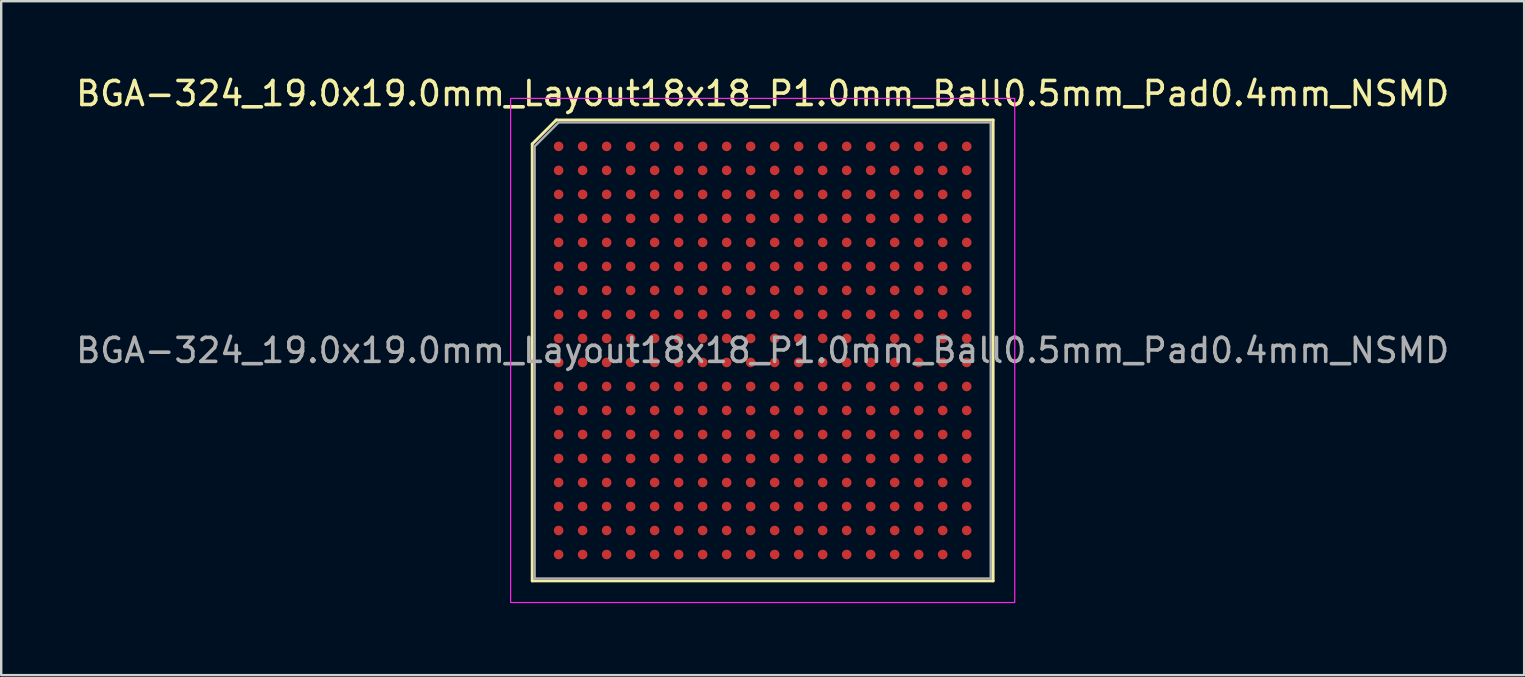
<source format=kicad_pcb>
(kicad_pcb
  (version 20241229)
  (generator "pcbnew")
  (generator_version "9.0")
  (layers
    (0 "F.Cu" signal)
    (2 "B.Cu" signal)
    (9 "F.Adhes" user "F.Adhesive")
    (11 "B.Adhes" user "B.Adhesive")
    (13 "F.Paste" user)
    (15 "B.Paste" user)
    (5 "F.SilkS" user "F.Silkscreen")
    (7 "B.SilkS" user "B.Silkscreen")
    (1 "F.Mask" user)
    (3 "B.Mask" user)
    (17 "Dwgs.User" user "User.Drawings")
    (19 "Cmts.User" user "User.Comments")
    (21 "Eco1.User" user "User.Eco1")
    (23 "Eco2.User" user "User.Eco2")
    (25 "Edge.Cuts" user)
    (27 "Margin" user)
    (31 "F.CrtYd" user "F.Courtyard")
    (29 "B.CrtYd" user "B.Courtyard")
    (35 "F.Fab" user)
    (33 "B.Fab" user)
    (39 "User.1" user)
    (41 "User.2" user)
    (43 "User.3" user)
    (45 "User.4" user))
  (footprint "BGA-324_19.0x19.0mm_Layout18x18_P1.0mm_Ball0.5mm_Pad0.4mm_NSMD"
    (layer "F.Cu")
    (at 28.72 11.548)
    (property "Reference" "BGA-324_19.0x19.0mm_Layout18x18_P1.0mm_Ball0.5mm_Pad0.4mm_NSMD" (at 0 -10.7 0) (layer "F.SilkS") (effects (font (size 1 1) (thickness 0.15))))
    (attr smd)
    (fp_line (start -9.6 -8.6) (end -9.6 9.6) (stroke (width 0.12) (type solid)) (layer "F.SilkS"))
    (fp_line (start -9.6 9.6) (end 9.6 9.6) (stroke (width 0.12) (type solid)) (layer "F.SilkS"))
    (fp_line (start -8.6 -9.6) (end -9.6 -8.6) (stroke (width 0.12) (type solid)) (layer "F.SilkS"))
    (fp_line (start 9.6 -9.6) (end -8.6 -9.6) (stroke (width 0.12) (type solid)) (layer "F.SilkS"))
    (fp_line (start 9.6 9.6) (end 9.6 -9.6) (stroke (width 0.12) (type solid)) (layer "F.SilkS"))
    (fp_rect (start 10.5 10.5) (end -10.5 -10.5) (stroke (width 0.05) (type solid)) (fill no) (layer "F.CrtYd"))
    (fp_line (start -9.5 -8.5) (end -9.5 9.5) (stroke (width 0.1) (type solid)) (layer "F.Fab"))
    (fp_line (start -9.5 9.5) (end 9.5 9.5) (stroke (width 0.1) (type solid)) (layer "F.Fab"))
    (fp_line (start -8.5 -9.5) (end -9.5 -8.5) (stroke (width 0.1) (type solid)) (layer "F.Fab"))
    (fp_line (start 9.5 -9.5) (end -8.5 -9.5) (stroke (width 0.1) (type solid)) (layer "F.Fab"))
    (fp_line (start 9.5 9.5) (end 9.5 -9.5) (stroke (width 0.1) (type solid)) (layer "F.Fab"))
    (fp_text user "${REFERENCE}" (at 0 0 0) (layer "F.Fab") (effects (font (size 1 1) (thickness 0.15))))
    (pad "A1" smd circle (at -8.5 -8.5) (size 0.4 0.4) (layers "F.Cu" "F.Mask" "F.Paste"))
    (pad "A2" smd circle (at -7.5 -8.5) (size 0.4 0.4) (layers "F.Cu" "F.Mask" "F.Paste"))
    (pad "A3" smd circle (at -6.5 -8.5) (size 0.4 0.4) (layers "F.Cu" "F.Mask" "F.Paste"))
    (pad "A4" smd circle (at -5.5 -8.5) (size 0.4 0.4) (layers "F.Cu" "F.Mask" "F.Paste"))
    (pad "A5" smd circle (at -4.5 -8.5) (size 0.4 0.4) (layers "F.Cu" "F.Mask" "F.Paste"))
    (pad "A6" smd circle (at -3.5 -8.5) (size 0.4 0.4) (layers "F.Cu" "F.Mask" "F.Paste"))
    (pad "A7" smd circle (at -2.5 -8.5) (size 0.4 0.4) (layers "F.Cu" "F.Mask" "F.Paste"))
    (pad "A8" smd circle (at -1.5 -8.5) (size 0.4 0.4) (layers "F.Cu" "F.Mask" "F.Paste"))
    (pad "A9" smd circle (at -0.5 -8.5) (size 0.4 0.4) (layers "F.Cu" "F.Mask" "F.Paste"))
    (pad "A10" smd circle (at 0.5 -8.5) (size 0.4 0.4) (layers "F.Cu" "F.Mask" "F.Paste"))
    (pad "A11" smd circle (at 1.5 -8.5) (size 0.4 0.4) (layers "F.Cu" "F.Mask" "F.Paste"))
    (pad "A12" smd circle (at 2.5 -8.5) (size 0.4 0.4) (layers "F.Cu" "F.Mask" "F.Paste"))
    (pad "A13" smd circle (at 3.5 -8.5) (size 0.4 0.4) (layers "F.Cu" "F.Mask" "F.Paste"))
    (pad "A14" smd circle (at 4.5 -8.5) (size 0.4 0.4) (layers "F.Cu" "F.Mask" "F.Paste"))
    (pad "A15" smd circle (at 5.5 -8.5) (size 0.4 0.4) (layers "F.Cu" "F.Mask" "F.Paste"))
    (pad "A16" smd circle (at 6.5 -8.5) (size 0.4 0.4) (layers "F.Cu" "F.Mask" "F.Paste"))
    (pad "A17" smd circle (at 7.5 -8.5) (size 0.4 0.4) (layers "F.Cu" "F.Mask" "F.Paste"))
    (pad "A18" smd circle (at 8.5 -8.5) (size 0.4 0.4) (layers "F.Cu" "F.Mask" "F.Paste"))
    (pad "B1" smd circle (at -8.5 -7.5) (size 0.4 0.4) (layers "F.Cu" "F.Mask" "F.Paste"))
    (pad "B2" smd circle (at -7.5 -7.5) (size 0.4 0.4) (layers "F.Cu" "F.Mask" "F.Paste"))
    (pad "B3" smd circle (at -6.5 -7.5) (size 0.4 0.4) (layers "F.Cu" "F.Mask" "F.Paste"))
    (pad "B4" smd circle (at -5.5 -7.5) (size 0.4 0.4) (layers "F.Cu" "F.Mask" "F.Paste"))
    (pad "B5" smd circle (at -4.5 -7.5) (size 0.4 0.4) (layers "F.Cu" "F.Mask" "F.Paste"))
    (pad "B6" smd circle (at -3.5 -7.5) (size 0.4 0.4) (layers "F.Cu" "F.Mask" "F.Paste"))
    (pad "B7" smd circle (at -2.5 -7.5) (size 0.4 0.4) (layers "F.Cu" "F.Mask" "F.Paste"))
    (pad "B8" smd circle (at -1.5 -7.5) (size 0.4 0.4) (layers "F.Cu" "F.Mask" "F.Paste"))
    (pad "B9" smd circle (at -0.5 -7.5) (size 0.4 0.4) (layers "F.Cu" "F.Mask" "F.Paste"))
    (pad "B10" smd circle (at 0.5 -7.5) (size 0.4 0.4) (layers "F.Cu" "F.Mask" "F.Paste"))
    (pad "B11" smd circle (at 1.5 -7.5) (size 0.4 0.4) (layers "F.Cu" "F.Mask" "F.Paste"))
    (pad "B12" smd circle (at 2.5 -7.5) (size 0.4 0.4) (layers "F.Cu" "F.Mask" "F.Paste"))
    (pad "B13" smd circle (at 3.5 -7.5) (size 0.4 0.4) (layers "F.Cu" "F.Mask" "F.Paste"))
    (pad "B14" smd circle (at 4.5 -7.5) (size 0.4 0.4) (layers "F.Cu" "F.Mask" "F.Paste"))
    (pad "B15" smd circle (at 5.5 -7.5) (size 0.4 0.4) (layers "F.Cu" "F.Mask" "F.Paste"))
    (pad "B16" smd circle (at 6.5 -7.5) (size 0.4 0.4) (layers "F.Cu" "F.Mask" "F.Paste"))
    (pad "B17" smd circle (at 7.5 -7.5) (size 0.4 0.4) (layers "F.Cu" "F.Mask" "F.Paste"))
    (pad "B18" smd circle (at 8.5 -7.5) (size 0.4 0.4) (layers "F.Cu" "F.Mask" "F.Paste"))
    (pad "C1" smd circle (at -8.5 -6.5) (size 0.4 0.4) (layers "F.Cu" "F.Mask" "F.Paste"))
    (pad "C2" smd circle (at -7.5 -6.5) (size 0.4 0.4) (layers "F.Cu" "F.Mask" "F.Paste"))
    (pad "C3" smd circle (at -6.5 -6.5) (size 0.4 0.4) (layers "F.Cu" "F.Mask" "F.Paste"))
    (pad "C4" smd circle (at -5.5 -6.5) (size 0.4 0.4) (layers "F.Cu" "F.Mask" "F.Paste"))
    (pad "C5" smd circle (at -4.5 -6.5) (size 0.4 0.4) (layers "F.Cu" "F.Mask" "F.Paste"))
    (pad "C6" smd circle (at -3.5 -6.5) (size 0.4 0.4) (layers "F.Cu" "F.Mask" "F.Paste"))
    (pad "C7" smd circle (at -2.5 -6.5) (size 0.4 0.4) (layers "F.Cu" "F.Mask" "F.Paste"))
    (pad "C8" smd circle (at -1.5 -6.5) (size 0.4 0.4) (layers "F.Cu" "F.Mask" "F.Paste"))
    (pad "C9" smd circle (at -0.5 -6.5) (size 0.4 0.4) (layers "F.Cu" "F.Mask" "F.Paste"))
    (pad "C10" smd circle (at 0.5 -6.5) (size 0.4 0.4) (layers "F.Cu" "F.Mask" "F.Paste"))
    (pad "C11" smd circle (at 1.5 -6.5) (size 0.4 0.4) (layers "F.Cu" "F.Mask" "F.Paste"))
    (pad "C12" smd circle (at 2.5 -6.5) (size 0.4 0.4) (layers "F.Cu" "F.Mask" "F.Paste"))
    (pad "C13" smd circle (at 3.5 -6.5) (size 0.4 0.4) (layers "F.Cu" "F.Mask" "F.Paste"))
    (pad "C14" smd circle (at 4.5 -6.5) (size 0.4 0.4) (layers "F.Cu" "F.Mask" "F.Paste"))
    (pad "C15" smd circle (at 5.5 -6.5) (size 0.4 0.4) (layers "F.Cu" "F.Mask" "F.Paste"))
    (pad "C16" smd circle (at 6.5 -6.5) (size 0.4 0.4) (layers "F.Cu" "F.Mask" "F.Paste"))
    (pad "C17" smd circle (at 7.5 -6.5) (size 0.4 0.4) (layers "F.Cu" "F.Mask" "F.Paste"))
    (pad "C18" smd circle (at 8.5 -6.5) (size 0.4 0.4) (layers "F.Cu" "F.Mask" "F.Paste"))
    (pad "D1" smd circle (at -8.5 -5.5) (size 0.4 0.4) (layers "F.Cu" "F.Mask" "F.Paste"))
    (pad "D2" smd circle (at -7.5 -5.5) (size 0.4 0.4) (layers "F.Cu" "F.Mask" "F.Paste"))
    (pad "D3" smd circle (at -6.5 -5.5) (size 0.4 0.4) (layers "F.Cu" "F.Mask" "F.Paste"))
    (pad "D4" smd circle (at -5.5 -5.5) (size 0.4 0.4) (layers "F.Cu" "F.Mask" "F.Paste"))
    (pad "D5" smd circle (at -4.5 -5.5) (size 0.4 0.4) (layers "F.Cu" "F.Mask" "F.Paste"))
    (pad "D6" smd circle (at -3.5 -5.5) (size 0.4 0.4) (layers "F.Cu" "F.Mask" "F.Paste"))
    (pad "D7" smd circle (at -2.5 -5.5) (size 0.4 0.4) (layers "F.Cu" "F.Mask" "F.Paste"))
    (pad "D8" smd circle (at -1.5 -5.5) (size 0.4 0.4) (layers "F.Cu" "F.Mask" "F.Paste"))
    (pad "D9" smd circle (at -0.5 -5.5) (size 0.4 0.4) (layers "F.Cu" "F.Mask" "F.Paste"))
    (pad "D10" smd circle (at 0.5 -5.5) (size 0.4 0.4) (layers "F.Cu" "F.Mask" "F.Paste"))
    (pad "D11" smd circle (at 1.5 -5.5) (size 0.4 0.4) (layers "F.Cu" "F.Mask" "F.Paste"))
    (pad "D12" smd circle (at 2.5 -5.5) (size 0.4 0.4) (layers "F.Cu" "F.Mask" "F.Paste"))
    (pad "D13" smd circle (at 3.5 -5.5) (size 0.4 0.4) (layers "F.Cu" "F.Mask" "F.Paste"))
    (pad "D14" smd circle (at 4.5 -5.5) (size 0.4 0.4) (layers "F.Cu" "F.Mask" "F.Paste"))
    (pad "D15" smd circle (at 5.5 -5.5) (size 0.4 0.4) (layers "F.Cu" "F.Mask" "F.Paste"))
    (pad "D16" smd circle (at 6.5 -5.5) (size 0.4 0.4) (layers "F.Cu" "F.Mask" "F.Paste"))
    (pad "D17" smd circle (at 7.5 -5.5) (size 0.4 0.4) (layers "F.Cu" "F.Mask" "F.Paste"))
    (pad "D18" smd circle (at 8.5 -5.5) (size 0.4 0.4) (layers "F.Cu" "F.Mask" "F.Paste"))
    (pad "E1" smd circle (at -8.5 -4.5) (size 0.4 0.4) (layers "F.Cu" "F.Mask" "F.Paste"))
    (pad "E2" smd circle (at -7.5 -4.5) (size 0.4 0.4) (layers "F.Cu" "F.Mask" "F.Paste"))
    (pad "E3" smd circle (at -6.5 -4.5) (size 0.4 0.4) (layers "F.Cu" "F.Mask" "F.Paste"))
    (pad "E4" smd circle (at -5.5 -4.5) (size 0.4 0.4) (layers "F.Cu" "F.Mask" "F.Paste"))
    (pad "E5" smd circle (at -4.5 -4.5) (size 0.4 0.4) (layers "F.Cu" "F.Mask" "F.Paste"))
    (pad "E6" smd circle (at -3.5 -4.5) (size 0.4 0.4) (layers "F.Cu" "F.Mask" "F.Paste"))
    (pad "E7" smd circle (at -2.5 -4.5) (size 0.4 0.4) (layers "F.Cu" "F.Mask" "F.Paste"))
    (pad "E8" smd circle (at -1.5 -4.5) (size 0.4 0.4) (layers "F.Cu" "F.Mask" "F.Paste"))
    (pad "E9" smd circle (at -0.5 -4.5) (size 0.4 0.4) (layers "F.Cu" "F.Mask" "F.Paste"))
    (pad "E10" smd circle (at 0.5 -4.5) (size 0.4 0.4) (layers "F.Cu" "F.Mask" "F.Paste"))
    (pad "E11" smd circle (at 1.5 -4.5) (size 0.4 0.4) (layers "F.Cu" "F.Mask" "F.Paste"))
    (pad "E12" smd circle (at 2.5 -4.5) (size 0.4 0.4) (layers "F.Cu" "F.Mask" "F.Paste"))
    (pad "E13" smd circle (at 3.5 -4.5) (size 0.4 0.4) (layers "F.Cu" "F.Mask" "F.Paste"))
    (pad "E14" smd circle (at 4.5 -4.5) (size 0.4 0.4) (layers "F.Cu" "F.Mask" "F.Paste"))
    (pad "E15" smd circle (at 5.5 -4.5) (size 0.4 0.4) (layers "F.Cu" "F.Mask" "F.Paste"))
    (pad "E16" smd circle (at 6.5 -4.5) (size 0.4 0.4) (layers "F.Cu" "F.Mask" "F.Paste"))
    (pad "E17" smd circle (at 7.5 -4.5) (size 0.4 0.4) (layers "F.Cu" "F.Mask" "F.Paste"))
    (pad "E18" smd circle (at 8.5 -4.5) (size 0.4 0.4) (layers "F.Cu" "F.Mask" "F.Paste"))
    (pad "F1" smd circle (at -8.5 -3.5) (size 0.4 0.4) (layers "F.Cu" "F.Mask" "F.Paste"))
    (pad "F2" smd circle (at -7.5 -3.5) (size 0.4 0.4) (layers "F.Cu" "F.Mask" "F.Paste"))
    (pad "F3" smd circle (at -6.5 -3.5) (size 0.4 0.4) (layers "F.Cu" "F.Mask" "F.Paste"))
    (pad "F4" smd circle (at -5.5 -3.5) (size 0.4 0.4) (layers "F.Cu" "F.Mask" "F.Paste"))
    (pad "F5" smd circle (at -4.5 -3.5) (size 0.4 0.4) (layers "F.Cu" "F.Mask" "F.Paste"))
    (pad "F6" smd circle (at -3.5 -3.5) (size 0.4 0.4) (layers "F.Cu" "F.Mask" "F.Paste"))
    (pad "F7" smd circle (at -2.5 -3.5) (size 0.4 0.4) (layers "F.Cu" "F.Mask" "F.Paste"))
    (pad "F8" smd circle (at -1.5 -3.5) (size 0.4 0.4) (layers "F.Cu" "F.Mask" "F.Paste"))
    (pad "F9" smd circle (at -0.5 -3.5) (size 0.4 0.4) (layers "F.Cu" "F.Mask" "F.Paste"))
    (pad "F10" smd circle (at 0.5 -3.5) (size 0.4 0.4) (layers "F.Cu" "F.Mask" "F.Paste"))
    (pad "F11" smd circle (at 1.5 -3.5) (size 0.4 0.4) (layers "F.Cu" "F.Mask" "F.Paste"))
    (pad "F12" smd circle (at 2.5 -3.5) (size 0.4 0.4) (layers "F.Cu" "F.Mask" "F.Paste"))
    (pad "F13" smd circle (at 3.5 -3.5) (size 0.4 0.4) (layers "F.Cu" "F.Mask" "F.Paste"))
    (pad "F14" smd circle (at 4.5 -3.5) (size 0.4 0.4) (layers "F.Cu" "F.Mask" "F.Paste"))
    (pad "F15" smd circle (at 5.5 -3.5) (size 0.4 0.4) (layers "F.Cu" "F.Mask" "F.Paste"))
    (pad "F16" smd circle (at 6.5 -3.5) (size 0.4 0.4) (layers "F.Cu" "F.Mask" "F.Paste"))
    (pad "F17" smd circle (at 7.5 -3.5) (size 0.4 0.4) (layers "F.Cu" "F.Mask" "F.Paste"))
    (pad "F18" smd circle (at 8.5 -3.5) (size 0.4 0.4) (layers "F.Cu" "F.Mask" "F.Paste"))
    (pad "G1" smd circle (at -8.5 -2.5) (size 0.4 0.4) (layers "F.Cu" "F.Mask" "F.Paste"))
    (pad "G2" smd circle (at -7.5 -2.5) (size 0.4 0.4) (layers "F.Cu" "F.Mask" "F.Paste"))
    (pad "G3" smd circle (at -6.5 -2.5) (size 0.4 0.4) (layers "F.Cu" "F.Mask" "F.Paste"))
    (pad "G4" smd circle (at -5.5 -2.5) (size 0.4 0.4) (layers "F.Cu" "F.Mask" "F.Paste"))
    (pad "G5" smd circle (at -4.5 -2.5) (size 0.4 0.4) (layers "F.Cu" "F.Mask" "F.Paste"))
    (pad "G6" smd circle (at -3.5 -2.5) (size 0.4 0.4) (layers "F.Cu" "F.Mask" "F.Paste"))
    (pad "G7" smd circle (at -2.5 -2.5) (size 0.4 0.4) (layers "F.Cu" "F.Mask" "F.Paste"))
    (pad "G8" smd circle (at -1.5 -2.5) (size 0.4 0.4) (layers "F.Cu" "F.Mask" "F.Paste"))
    (pad "G9" smd circle (at -0.5 -2.5) (size 0.4 0.4) (layers "F.Cu" "F.Mask" "F.Paste"))
    (pad "G10" smd circle (at 0.5 -2.5) (size 0.4 0.4) (layers "F.Cu" "F.Mask" "F.Paste"))
    (pad "G11" smd circle (at 1.5 -2.5) (size 0.4 0.4) (layers "F.Cu" "F.Mask" "F.Paste"))
    (pad "G12" smd circle (at 2.5 -2.5) (size 0.4 0.4) (layers "F.Cu" "F.Mask" "F.Paste"))
    (pad "G13" smd circle (at 3.5 -2.5) (size 0.4 0.4) (layers "F.Cu" "F.Mask" "F.Paste"))
    (pad "G14" smd circle (at 4.5 -2.5) (size 0.4 0.4) (layers "F.Cu" "F.Mask" "F.Paste"))
    (pad "G15" smd circle (at 5.5 -2.5) (size 0.4 0.4) (layers "F.Cu" "F.Mask" "F.Paste"))
    (pad "G16" smd circle (at 6.5 -2.5) (size 0.4 0.4) (layers "F.Cu" "F.Mask" "F.Paste"))
    (pad "G17" smd circle (at 7.5 -2.5) (size 0.4 0.4) (layers "F.Cu" "F.Mask" "F.Paste"))
    (pad "G18" smd circle (at 8.5 -2.5) (size 0.4 0.4) (layers "F.Cu" "F.Mask" "F.Paste"))
    (pad "H1" smd circle (at -8.5 -1.5) (size 0.4 0.4) (layers "F.Cu" "F.Mask" "F.Paste"))
    (pad "H2" smd circle (at -7.5 -1.5) (size 0.4 0.4) (layers "F.Cu" "F.Mask" "F.Paste"))
    (pad "H3" smd circle (at -6.5 -1.5) (size 0.4 0.4) (layers "F.Cu" "F.Mask" "F.Paste"))
    (pad "H4" smd circle (at -5.5 -1.5) (size 0.4 0.4) (layers "F.Cu" "F.Mask" "F.Paste"))
    (pad "H5" smd circle (at -4.5 -1.5) (size 0.4 0.4) (layers "F.Cu" "F.Mask" "F.Paste"))
    (pad "H6" smd circle (at -3.5 -1.5) (size 0.4 0.4) (layers "F.Cu" "F.Mask" "F.Paste"))
    (pad "H7" smd circle (at -2.5 -1.5) (size 0.4 0.4) (layers "F.Cu" "F.Mask" "F.Paste"))
    (pad "H8" smd circle (at -1.5 -1.5) (size 0.4 0.4) (layers "F.Cu" "F.Mask" "F.Paste"))
    (pad "H9" smd circle (at -0.5 -1.5) (size 0.4 0.4) (layers "F.Cu" "F.Mask" "F.Paste"))
    (pad "H10" smd circle (at 0.5 -1.5) (size 0.4 0.4) (layers "F.Cu" "F.Mask" "F.Paste"))
    (pad "H11" smd circle (at 1.5 -1.5) (size 0.4 0.4) (layers "F.Cu" "F.Mask" "F.Paste"))
    (pad "H12" smd circle (at 2.5 -1.5) (size 0.4 0.4) (layers "F.Cu" "F.Mask" "F.Paste"))
    (pad "H13" smd circle (at 3.5 -1.5) (size 0.4 0.4) (layers "F.Cu" "F.Mask" "F.Paste"))
    (pad "H14" smd circle (at 4.5 -1.5) (size 0.4 0.4) (layers "F.Cu" "F.Mask" "F.Paste"))
    (pad "H15" smd circle (at 5.5 -1.5) (size 0.4 0.4) (layers "F.Cu" "F.Mask" "F.Paste"))
    (pad "H16" smd circle (at 6.5 -1.5) (size 0.4 0.4) (layers "F.Cu" "F.Mask" "F.Paste"))
    (pad "H17" smd circle (at 7.5 -1.5) (size 0.4 0.4) (layers "F.Cu" "F.Mask" "F.Paste"))
    (pad "H18" smd circle (at 8.5 -1.5) (size 0.4 0.4) (layers "F.Cu" "F.Mask" "F.Paste"))
    (pad "J1" smd circle (at -8.5 -0.5) (size 0.4 0.4) (layers "F.Cu" "F.Mask" "F.Paste"))
    (pad "J2" smd circle (at -7.5 -0.5) (size 0.4 0.4) (layers "F.Cu" "F.Mask" "F.Paste"))
    (pad "J3" smd circle (at -6.5 -0.5) (size 0.4 0.4) (layers "F.Cu" "F.Mask" "F.Paste"))
    (pad "J4" smd circle (at -5.5 -0.5) (size 0.4 0.4) (layers "F.Cu" "F.Mask" "F.Paste"))
    (pad "J5" smd circle (at -4.5 -0.5) (size 0.4 0.4) (layers "F.Cu" "F.Mask" "F.Paste"))
    (pad "J6" smd circle (at -3.5 -0.5) (size 0.4 0.4) (layers "F.Cu" "F.Mask" "F.Paste"))
    (pad "J7" smd circle (at -2.5 -0.5) (size 0.4 0.4) (layers "F.Cu" "F.Mask" "F.Paste"))
    (pad "J8" smd circle (at -1.5 -0.5) (size 0.4 0.4) (layers "F.Cu" "F.Mask" "F.Paste"))
    (pad "J9" smd circle (at -0.5 -0.5) (size 0.4 0.4) (layers "F.Cu" "F.Mask" "F.Paste"))
    (pad "J10" smd circle (at 0.5 -0.5) (size 0.4 0.4) (layers "F.Cu" "F.Mask" "F.Paste"))
    (pad "J11" smd circle (at 1.5 -0.5) (size 0.4 0.4) (layers "F.Cu" "F.Mask" "F.Paste"))
    (pad "J12" smd circle (at 2.5 -0.5) (size 0.4 0.4) (layers "F.Cu" "F.Mask" "F.Paste"))
    (pad "J13" smd circle (at 3.5 -0.5) (size 0.4 0.4) (layers "F.Cu" "F.Mask" "F.Paste"))
    (pad "J14" smd circle (at 4.5 -0.5) (size 0.4 0.4) (layers "F.Cu" "F.Mask" "F.Paste"))
    (pad "J15" smd circle (at 5.5 -0.5) (size 0.4 0.4) (layers "F.Cu" "F.Mask" "F.Paste"))
    (pad "J16" smd circle (at 6.5 -0.5) (size 0.4 0.4) (layers "F.Cu" "F.Mask" "F.Paste"))
    (pad "J17" smd circle (at 7.5 -0.5) (size 0.4 0.4) (layers "F.Cu" "F.Mask" "F.Paste"))
    (pad "J18" smd circle (at 8.5 -0.5) (size 0.4 0.4) (layers "F.Cu" "F.Mask" "F.Paste"))
    (pad "K1" smd circle (at -8.5 0.5) (size 0.4 0.4) (layers "F.Cu" "F.Mask" "F.Paste"))
    (pad "K2" smd circle (at -7.5 0.5) (size 0.4 0.4) (layers "F.Cu" "F.Mask" "F.Paste"))
    (pad "K3" smd circle (at -6.5 0.5) (size 0.4 0.4) (layers "F.Cu" "F.Mask" "F.Paste"))
    (pad "K4" smd circle (at -5.5 0.5) (size 0.4 0.4) (layers "F.Cu" "F.Mask" "F.Paste"))
    (pad "K5" smd circle (at -4.5 0.5) (size 0.4 0.4) (layers "F.Cu" "F.Mask" "F.Paste"))
    (pad "K6" smd circle (at -3.5 0.5) (size 0.4 0.4) (layers "F.Cu" "F.Mask" "F.Paste"))
    (pad "K7" smd circle (at -2.5 0.5) (size 0.4 0.4) (layers "F.Cu" "F.Mask" "F.Paste"))
    (pad "K8" smd circle (at -1.5 0.5) (size 0.4 0.4) (layers "F.Cu" "F.Mask" "F.Paste"))
    (pad "K9" smd circle (at -0.5 0.5) (size 0.4 0.4) (layers "F.Cu" "F.Mask" "F.Paste"))
    (pad "K10" smd circle (at 0.5 0.5) (size 0.4 0.4) (layers "F.Cu" "F.Mask" "F.Paste"))
    (pad "K11" smd circle (at 1.5 0.5) (size 0.4 0.4) (layers "F.Cu" "F.Mask" "F.Paste"))
    (pad "K12" smd circle (at 2.5 0.5) (size 0.4 0.4) (layers "F.Cu" "F.Mask" "F.Paste"))
    (pad "K13" smd circle (at 3.5 0.5) (size 0.4 0.4) (layers "F.Cu" "F.Mask" "F.Paste"))
    (pad "K14" smd circle (at 4.5 0.5) (size 0.4 0.4) (layers "F.Cu" "F.Mask" "F.Paste"))
    (pad "K15" smd circle (at 5.5 0.5) (size 0.4 0.4) (layers "F.Cu" "F.Mask" "F.Paste"))
    (pad "K16" smd circle (at 6.5 0.5) (size 0.4 0.4) (layers "F.Cu" "F.Mask" "F.Paste"))
    (pad "K17" smd circle (at 7.5 0.5) (size 0.4 0.4) (layers "F.Cu" "F.Mask" "F.Paste"))
    (pad "K18" smd circle (at 8.5 0.5) (size 0.4 0.4) (layers "F.Cu" "F.Mask" "F.Paste"))
    (pad "L1" smd circle (at -8.5 1.5) (size 0.4 0.4) (layers "F.Cu" "F.Mask" "F.Paste"))
    (pad "L2" smd circle (at -7.5 1.5) (size 0.4 0.4) (layers "F.Cu" "F.Mask" "F.Paste"))
    (pad "L3" smd circle (at -6.5 1.5) (size 0.4 0.4) (layers "F.Cu" "F.Mask" "F.Paste"))
    (pad "L4" smd circle (at -5.5 1.5) (size 0.4 0.4) (layers "F.Cu" "F.Mask" "F.Paste"))
    (pad "L5" smd circle (at -4.5 1.5) (size 0.4 0.4) (layers "F.Cu" "F.Mask" "F.Paste"))
    (pad "L6" smd circle (at -3.5 1.5) (size 0.4 0.4) (layers "F.Cu" "F.Mask" "F.Paste"))
    (pad "L7" smd circle (at -2.5 1.5) (size 0.4 0.4) (layers "F.Cu" "F.Mask" "F.Paste"))
    (pad "L8" smd circle (at -1.5 1.5) (size 0.4 0.4) (layers "F.Cu" "F.Mask" "F.Paste"))
    (pad "L9" smd circle (at -0.5 1.5) (size 0.4 0.4) (layers "F.Cu" "F.Mask" "F.Paste"))
    (pad "L10" smd circle (at 0.5 1.5) (size 0.4 0.4) (layers "F.Cu" "F.Mask" "F.Paste"))
    (pad "L11" smd circle (at 1.5 1.5) (size 0.4 0.4) (layers "F.Cu" "F.Mask" "F.Paste"))
    (pad "L12" smd circle (at 2.5 1.5) (size 0.4 0.4) (layers "F.Cu" "F.Mask" "F.Paste"))
    (pad "L13" smd circle (at 3.5 1.5) (size 0.4 0.4) (layers "F.Cu" "F.Mask" "F.Paste"))
    (pad "L14" smd circle (at 4.5 1.5) (size 0.4 0.4) (layers "F.Cu" "F.Mask" "F.Paste"))
    (pad "L15" smd circle (at 5.5 1.5) (size 0.4 0.4) (layers "F.Cu" "F.Mask" "F.Paste"))
    (pad "L16" smd circle (at 6.5 1.5) (size 0.4 0.4) (layers "F.Cu" "F.Mask" "F.Paste"))
    (pad "L17" smd circle (at 7.5 1.5) (size 0.4 0.4) (layers "F.Cu" "F.Mask" "F.Paste"))
    (pad "L18" smd circle (at 8.5 1.5) (size 0.4 0.4) (layers "F.Cu" "F.Mask" "F.Paste"))
    (pad "M1" smd circle (at -8.5 2.5) (size 0.4 0.4) (layers "F.Cu" "F.Mask" "F.Paste"))
    (pad "M2" smd circle (at -7.5 2.5) (size 0.4 0.4) (layers "F.Cu" "F.Mask" "F.Paste"))
    (pad "M3" smd circle (at -6.5 2.5) (size 0.4 0.4) (layers "F.Cu" "F.Mask" "F.Paste"))
    (pad "M4" smd circle (at -5.5 2.5) (size 0.4 0.4) (layers "F.Cu" "F.Mask" "F.Paste"))
    (pad "M5" smd circle (at -4.5 2.5) (size 0.4 0.4) (layers "F.Cu" "F.Mask" "F.Paste"))
    (pad "M6" smd circle (at -3.5 2.5) (size 0.4 0.4) (layers "F.Cu" "F.Mask" "F.Paste"))
    (pad "M7" smd circle (at -2.5 2.5) (size 0.4 0.4) (layers "F.Cu" "F.Mask" "F.Paste"))
    (pad "M8" smd circle (at -1.5 2.5) (size 0.4 0.4) (layers "F.Cu" "F.Mask" "F.Paste"))
    (pad "M9" smd circle (at -0.5 2.5) (size 0.4 0.4) (layers "F.Cu" "F.Mask" "F.Paste"))
    (pad "M10" smd circle (at 0.5 2.5) (size 0.4 0.4) (layers "F.Cu" "F.Mask" "F.Paste"))
    (pad "M11" smd circle (at 1.5 2.5) (size 0.4 0.4) (layers "F.Cu" "F.Mask" "F.Paste"))
    (pad "M12" smd circle (at 2.5 2.5) (size 0.4 0.4) (layers "F.Cu" "F.Mask" "F.Paste"))
    (pad "M13" smd circle (at 3.5 2.5) (size 0.4 0.4) (layers "F.Cu" "F.Mask" "F.Paste"))
    (pad "M14" smd circle (at 4.5 2.5) (size 0.4 0.4) (layers "F.Cu" "F.Mask" "F.Paste"))
    (pad "M15" smd circle (at 5.5 2.5) (size 0.4 0.4) (layers "F.Cu" "F.Mask" "F.Paste"))
    (pad "M16" smd circle (at 6.5 2.5) (size 0.4 0.4) (layers "F.Cu" "F.Mask" "F.Paste"))
    (pad "M17" smd circle (at 7.5 2.5) (size 0.4 0.4) (layers "F.Cu" "F.Mask" "F.Paste"))
    (pad "M18" smd circle (at 8.5 2.5) (size 0.4 0.4) (layers "F.Cu" "F.Mask" "F.Paste"))
    (pad "N1" smd circle (at -8.5 3.5) (size 0.4 0.4) (layers "F.Cu" "F.Mask" "F.Paste"))
    (pad "N2" smd circle (at -7.5 3.5) (size 0.4 0.4) (layers "F.Cu" "F.Mask" "F.Paste"))
    (pad "N3" smd circle (at -6.5 3.5) (size 0.4 0.4) (layers "F.Cu" "F.Mask" "F.Paste"))
    (pad "N4" smd circle (at -5.5 3.5) (size 0.4 0.4) (layers "F.Cu" "F.Mask" "F.Paste"))
    (pad "N5" smd circle (at -4.5 3.5) (size 0.4 0.4) (layers "F.Cu" "F.Mask" "F.Paste"))
    (pad "N6" smd circle (at -3.5 3.5) (size 0.4 0.4) (layers "F.Cu" "F.Mask" "F.Paste"))
    (pad "N7" smd circle (at -2.5 3.5) (size 0.4 0.4) (layers "F.Cu" "F.Mask" "F.Paste"))
    (pad "N8" smd circle (at -1.5 3.5) (size 0.4 0.4) (layers "F.Cu" "F.Mask" "F.Paste"))
    (pad "N9" smd circle (at -0.5 3.5) (size 0.4 0.4) (layers "F.Cu" "F.Mask" "F.Paste"))
    (pad "N10" smd circle (at 0.5 3.5) (size 0.4 0.4) (layers "F.Cu" "F.Mask" "F.Paste"))
    (pad "N11" smd circle (at 1.5 3.5) (size 0.4 0.4) (layers "F.Cu" "F.Mask" "F.Paste"))
    (pad "N12" smd circle (at 2.5 3.5) (size 0.4 0.4) (layers "F.Cu" "F.Mask" "F.Paste"))
    (pad "N13" smd circle (at 3.5 3.5) (size 0.4 0.4) (layers "F.Cu" "F.Mask" "F.Paste"))
    (pad "N14" smd circle (at 4.5 3.5) (size 0.4 0.4) (layers "F.Cu" "F.Mask" "F.Paste"))
    (pad "N15" smd circle (at 5.5 3.5) (size 0.4 0.4) (layers "F.Cu" "F.Mask" "F.Paste"))
    (pad "N16" smd circle (at 6.5 3.5) (size 0.4 0.4) (layers "F.Cu" "F.Mask" "F.Paste"))
    (pad "N17" smd circle (at 7.5 3.5) (size 0.4 0.4) (layers "F.Cu" "F.Mask" "F.Paste"))
    (pad "N18" smd circle (at 8.5 3.5) (size 0.4 0.4) (layers "F.Cu" "F.Mask" "F.Paste"))
    (pad "P1" smd circle (at -8.5 4.5) (size 0.4 0.4) (layers "F.Cu" "F.Mask" "F.Paste"))
    (pad "P2" smd circle (at -7.5 4.5) (size 0.4 0.4) (layers "F.Cu" "F.Mask" "F.Paste"))
    (pad "P3" smd circle (at -6.5 4.5) (size 0.4 0.4) (layers "F.Cu" "F.Mask" "F.Paste"))
    (pad "P4" smd circle (at -5.5 4.5) (size 0.4 0.4) (layers "F.Cu" "F.Mask" "F.Paste"))
    (pad "P5" smd circle (at -4.5 4.5) (size 0.4 0.4) (layers "F.Cu" "F.Mask" "F.Paste"))
    (pad "P6" smd circle (at -3.5 4.5) (size 0.4 0.4) (layers "F.Cu" "F.Mask" "F.Paste"))
    (pad "P7" smd circle (at -2.5 4.5) (size 0.4 0.4) (layers "F.Cu" "F.Mask" "F.Paste"))
    (pad "P8" smd circle (at -1.5 4.5) (size 0.4 0.4) (layers "F.Cu" "F.Mask" "F.Paste"))
    (pad "P9" smd circle (at -0.5 4.5) (size 0.4 0.4) (layers "F.Cu" "F.Mask" "F.Paste"))
    (pad "P10" smd circle (at 0.5 4.5) (size 0.4 0.4) (layers "F.Cu" "F.Mask" "F.Paste"))
    (pad "P11" smd circle (at 1.5 4.5) (size 0.4 0.4) (layers "F.Cu" "F.Mask" "F.Paste"))
    (pad "P12" smd circle (at 2.5 4.5) (size 0.4 0.4) (layers "F.Cu" "F.Mask" "F.Paste"))
    (pad "P13" smd circle (at 3.5 4.5) (size 0.4 0.4) (layers "F.Cu" "F.Mask" "F.Paste"))
    (pad "P14" smd circle (at 4.5 4.5) (size 0.4 0.4) (layers "F.Cu" "F.Mask" "F.Paste"))
    (pad "P15" smd circle (at 5.5 4.5) (size 0.4 0.4) (layers "F.Cu" "F.Mask" "F.Paste"))
    (pad "P16" smd circle (at 6.5 4.5) (size 0.4 0.4) (layers "F.Cu" "F.Mask" "F.Paste"))
    (pad "P17" smd circle (at 7.5 4.5) (size 0.4 0.4) (layers "F.Cu" "F.Mask" "F.Paste"))
    (pad "P18" smd circle (at 8.5 4.5) (size 0.4 0.4) (layers "F.Cu" "F.Mask" "F.Paste"))
    (pad "R1" smd circle (at -8.5 5.5) (size 0.4 0.4) (layers "F.Cu" "F.Mask" "F.Paste"))
    (pad "R2" smd circle (at -7.5 5.5) (size 0.4 0.4) (layers "F.Cu" "F.Mask" "F.Paste"))
    (pad "R3" smd circle (at -6.5 5.5) (size 0.4 0.4) (layers "F.Cu" "F.Mask" "F.Paste"))
    (pad "R4" smd circle (at -5.5 5.5) (size 0.4 0.4) (layers "F.Cu" "F.Mask" "F.Paste"))
    (pad "R5" smd circle (at -4.5 5.5) (size 0.4 0.4) (layers "F.Cu" "F.Mask" "F.Paste"))
    (pad "R6" smd circle (at -3.5 5.5) (size 0.4 0.4) (layers "F.Cu" "F.Mask" "F.Paste"))
    (pad "R7" smd circle (at -2.5 5.5) (size 0.4 0.4) (layers "F.Cu" "F.Mask" "F.Paste"))
    (pad "R8" smd circle (at -1.5 5.5) (size 0.4 0.4) (layers "F.Cu" "F.Mask" "F.Paste"))
    (pad "R9" smd circle (at -0.5 5.5) (size 0.4 0.4) (layers "F.Cu" "F.Mask" "F.Paste"))
    (pad "R10" smd circle (at 0.5 5.5) (size 0.4 0.4) (layers "F.Cu" "F.Mask" "F.Paste"))
    (pad "R11" smd circle (at 1.5 5.5) (size 0.4 0.4) (layers "F.Cu" "F.Mask" "F.Paste"))
    (pad "R12" smd circle (at 2.5 5.5) (size 0.4 0.4) (layers "F.Cu" "F.Mask" "F.Paste"))
    (pad "R13" smd circle (at 3.5 5.5) (size 0.4 0.4) (layers "F.Cu" "F.Mask" "F.Paste"))
    (pad "R14" smd circle (at 4.5 5.5) (size 0.4 0.4) (layers "F.Cu" "F.Mask" "F.Paste"))
    (pad "R15" smd circle (at 5.5 5.5) (size 0.4 0.4) (layers "F.Cu" "F.Mask" "F.Paste"))
    (pad "R16" smd circle (at 6.5 5.5) (size 0.4 0.4) (layers "F.Cu" "F.Mask" "F.Paste"))
    (pad "R17" smd circle (at 7.5 5.5) (size 0.4 0.4) (layers "F.Cu" "F.Mask" "F.Paste"))
    (pad "R18" smd circle (at 8.5 5.5) (size 0.4 0.4) (layers "F.Cu" "F.Mask" "F.Paste"))
    (pad "T1" smd circle (at -8.5 6.5) (size 0.4 0.4) (layers "F.Cu" "F.Mask" "F.Paste"))
    (pad "T2" smd circle (at -7.5 6.5) (size 0.4 0.4) (layers "F.Cu" "F.Mask" "F.Paste"))
    (pad "T3" smd circle (at -6.5 6.5) (size 0.4 0.4) (layers "F.Cu" "F.Mask" "F.Paste"))
    (pad "T4" smd circle (at -5.5 6.5) (size 0.4 0.4) (layers "F.Cu" "F.Mask" "F.Paste"))
    (pad "T5" smd circle (at -4.5 6.5) (size 0.4 0.4) (layers "F.Cu" "F.Mask" "F.Paste"))
    (pad "T6" smd circle (at -3.5 6.5) (size 0.4 0.4) (layers "F.Cu" "F.Mask" "F.Paste"))
    (pad "T7" smd circle (at -2.5 6.5) (size 0.4 0.4) (layers "F.Cu" "F.Mask" "F.Paste"))
    (pad "T8" smd circle (at -1.5 6.5) (size 0.4 0.4) (layers "F.Cu" "F.Mask" "F.Paste"))
    (pad "T9" smd circle (at -0.5 6.5) (size 0.4 0.4) (layers "F.Cu" "F.Mask" "F.Paste"))
    (pad "T10" smd circle (at 0.5 6.5) (size 0.4 0.4) (layers "F.Cu" "F.Mask" "F.Paste"))
    (pad "T11" smd circle (at 1.5 6.5) (size 0.4 0.4) (layers "F.Cu" "F.Mask" "F.Paste"))
    (pad "T12" smd circle (at 2.5 6.5) (size 0.4 0.4) (layers "F.Cu" "F.Mask" "F.Paste"))
    (pad "T13" smd circle (at 3.5 6.5) (size 0.4 0.4) (layers "F.Cu" "F.Mask" "F.Paste"))
    (pad "T14" smd circle (at 4.5 6.5) (size 0.4 0.4) (layers "F.Cu" "F.Mask" "F.Paste"))
    (pad "T15" smd circle (at 5.5 6.5) (size 0.4 0.4) (layers "F.Cu" "F.Mask" "F.Paste"))
    (pad "T16" smd circle (at 6.5 6.5) (size 0.4 0.4) (layers "F.Cu" "F.Mask" "F.Paste"))
    (pad "T17" smd circle (at 7.5 6.5) (size 0.4 0.4) (layers "F.Cu" "F.Mask" "F.Paste"))
    (pad "T18" smd circle (at 8.5 6.5) (size 0.4 0.4) (layers "F.Cu" "F.Mask" "F.Paste"))
    (pad "U1" smd circle (at -8.5 7.5) (size 0.4 0.4) (layers "F.Cu" "F.Mask" "F.Paste"))
    (pad "U2" smd circle (at -7.5 7.5) (size 0.4 0.4) (layers "F.Cu" "F.Mask" "F.Paste"))
    (pad "U3" smd circle (at -6.5 7.5) (size 0.4 0.4) (layers "F.Cu" "F.Mask" "F.Paste"))
    (pad "U4" smd circle (at -5.5 7.5) (size 0.4 0.4) (layers "F.Cu" "F.Mask" "F.Paste"))
    (pad "U5" smd circle (at -4.5 7.5) (size 0.4 0.4) (layers "F.Cu" "F.Mask" "F.Paste"))
    (pad "U6" smd circle (at -3.5 7.5) (size 0.4 0.4) (layers "F.Cu" "F.Mask" "F.Paste"))
    (pad "U7" smd circle (at -2.5 7.5) (size 0.4 0.4) (layers "F.Cu" "F.Mask" "F.Paste"))
    (pad "U8" smd circle (at -1.5 7.5) (size 0.4 0.4) (layers "F.Cu" "F.Mask" "F.Paste"))
    (pad "U9" smd circle (at -0.5 7.5) (size 0.4 0.4) (layers "F.Cu" "F.Mask" "F.Paste"))
    (pad "U10" smd circle (at 0.5 7.5) (size 0.4 0.4) (layers "F.Cu" "F.Mask" "F.Paste"))
    (pad "U11" smd circle (at 1.5 7.5) (size 0.4 0.4) (layers "F.Cu" "F.Mask" "F.Paste"))
    (pad "U12" smd circle (at 2.5 7.5) (size 0.4 0.4) (layers "F.Cu" "F.Mask" "F.Paste"))
    (pad "U13" smd circle (at 3.5 7.5) (size 0.4 0.4) (layers "F.Cu" "F.Mask" "F.Paste"))
    (pad "U14" smd circle (at 4.5 7.5) (size 0.4 0.4) (layers "F.Cu" "F.Mask" "F.Paste"))
    (pad "U15" smd circle (at 5.5 7.5) (size 0.4 0.4) (layers "F.Cu" "F.Mask" "F.Paste"))
    (pad "U16" smd circle (at 6.5 7.5) (size 0.4 0.4) (layers "F.Cu" "F.Mask" "F.Paste"))
    (pad "U17" smd circle (at 7.5 7.5) (size 0.4 0.4) (layers "F.Cu" "F.Mask" "F.Paste"))
    (pad "U18" smd circle (at 8.5 7.5) (size 0.4 0.4) (layers "F.Cu" "F.Mask" "F.Paste"))
    (pad "V1" smd circle (at -8.5 8.5) (size 0.4 0.4) (layers "F.Cu" "F.Mask" "F.Paste"))
    (pad "V2" smd circle (at -7.5 8.5) (size 0.4 0.4) (layers "F.Cu" "F.Mask" "F.Paste"))
    (pad "V3" smd circle (at -6.5 8.5) (size 0.4 0.4) (layers "F.Cu" "F.Mask" "F.Paste"))
    (pad "V4" smd circle (at -5.5 8.5) (size 0.4 0.4) (layers "F.Cu" "F.Mask" "F.Paste"))
    (pad "V5" smd circle (at -4.5 8.5) (size 0.4 0.4) (layers "F.Cu" "F.Mask" "F.Paste"))
    (pad "V6" smd circle (at -3.5 8.5) (size 0.4 0.4) (layers "F.Cu" "F.Mask" "F.Paste"))
    (pad "V7" smd circle (at -2.5 8.5) (size 0.4 0.4) (layers "F.Cu" "F.Mask" "F.Paste"))
    (pad "V8" smd circle (at -1.5 8.5) (size 0.4 0.4) (layers "F.Cu" "F.Mask" "F.Paste"))
    (pad "V9" smd circle (at -0.5 8.5) (size 0.4 0.4) (layers "F.Cu" "F.Mask" "F.Paste"))
    (pad "V10" smd circle (at 0.5 8.5) (size 0.4 0.4) (layers "F.Cu" "F.Mask" "F.Paste"))
    (pad "V11" smd circle (at 1.5 8.5) (size 0.4 0.4) (layers "F.Cu" "F.Mask" "F.Paste"))
    (pad "V12" smd circle (at 2.5 8.5) (size 0.4 0.4) (layers "F.Cu" "F.Mask" "F.Paste"))
    (pad "V13" smd circle (at 3.5 8.5) (size 0.4 0.4) (layers "F.Cu" "F.Mask" "F.Paste"))
    (pad "V14" smd circle (at 4.5 8.5) (size 0.4 0.4) (layers "F.Cu" "F.Mask" "F.Paste"))
    (pad "V15" smd circle (at 5.5 8.5) (size 0.4 0.4) (layers "F.Cu" "F.Mask" "F.Paste"))
    (pad "V16" smd circle (at 6.5 8.5) (size 0.4 0.4) (layers "F.Cu" "F.Mask" "F.Paste"))
    (pad "V17" smd circle (at 7.5 8.5) (size 0.4 0.4) (layers "F.Cu" "F.Mask" "F.Paste"))
    (pad "V18" smd circle (at 8.5 8.5) (size 0.4 0.4) (layers "F.Cu" "F.Mask" "F.Paste")))
  (gr_rect
    (start -3 -3)
    (end 60.44 25.073)
    (stroke (width 0.1) (type default))
    (fill no)
    (layer "Edge.Cuts")))
</source>
